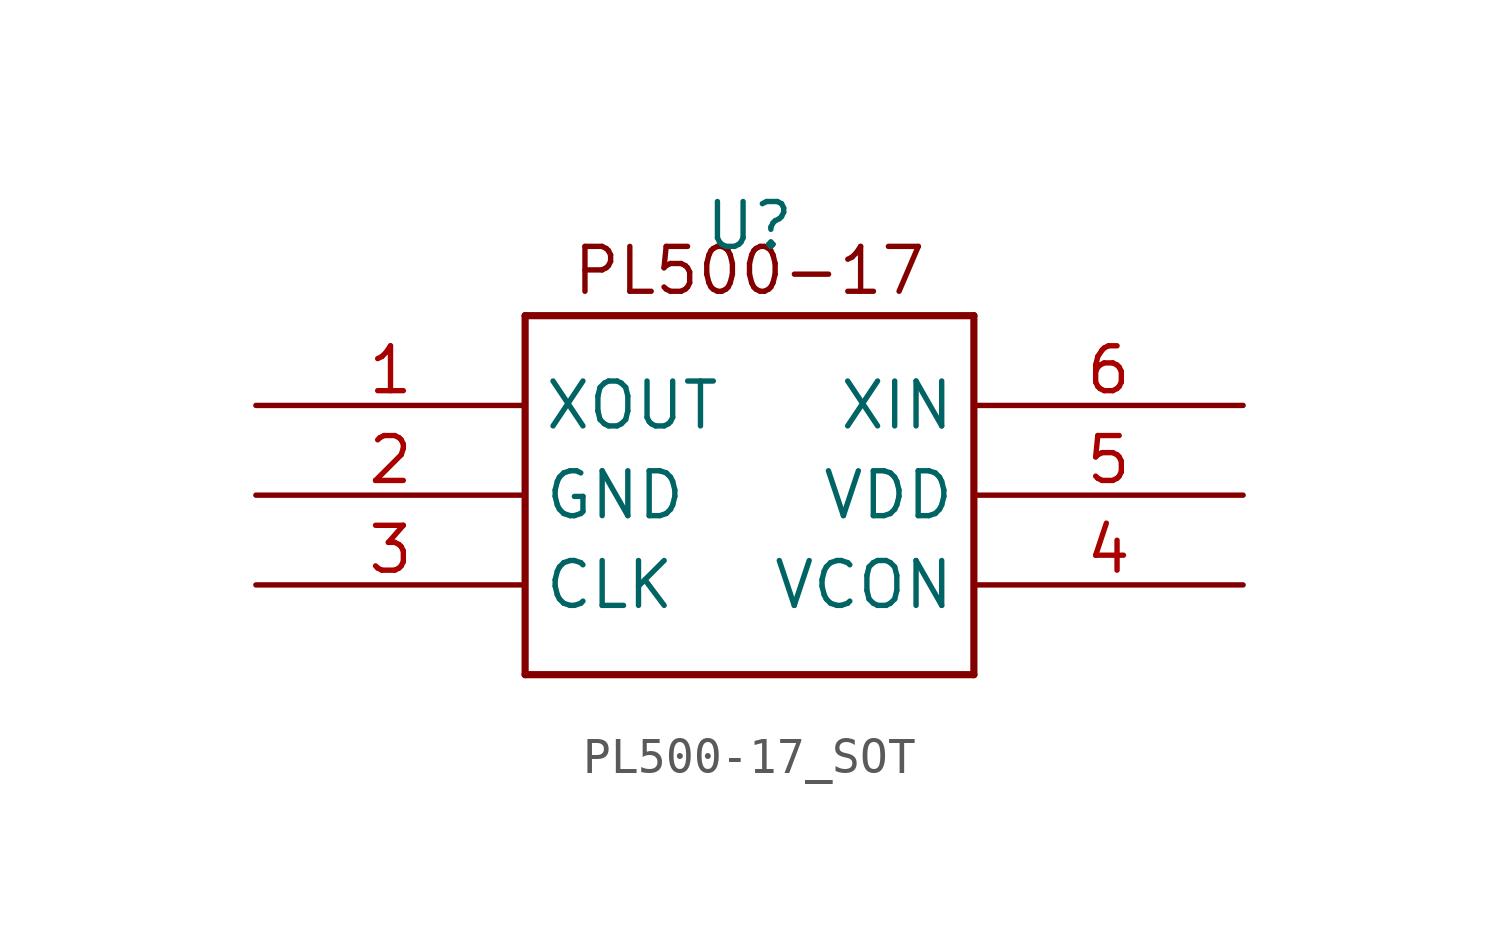
<source format=kicad_sym>
(kicad_symbol_lib
  (version 20231120)
  (generator "kicad_symbol_editor")
  (generator_version "8.0")
  (symbol "PL500-17_SOT"
    (property "Reference" "U"
      (at 0 2.54 0)
      (effects (font (size 1.27 1.27))))
    (property "Value" ""
      (at 0 0 0)
      (effects (font (size 1.27 1.27))))
    (symbol "PL500-17_SOT_0_1"
      (polyline (pts (xy -6.35 -10.16) (xy -6.35 0)) (stroke (width 0.203) (type default)) (fill (type none)))
      (polyline (pts (xy -6.35 -10.16) (xy 6.35 -10.16)) (stroke (width 0.203) (type default)) (fill (type none)))
      (polyline (pts (xy 6.35 -10.16) (xy 6.35 0)) (stroke (width 0.203) (type default)) (fill (type none)))
      (polyline (pts (xy 6.35 0) (xy -6.35 0)) (stroke (width 0.203) (type default)) (fill (type none))))
    (symbol "PL500-17_SOT_1_1"
      (text "PL500-17" (at 0 1.27 0) (effects (font (size 1.27 1.27))))
      (pin output line (at -13.97 -2.54 0) (length 7.62) (name "XOUT" (effects (font (size 1.27 1.27)))) (number "1" (effects (font (size 1.27 1.27)))))
      (pin power_out line (at -13.97 -5.08 0) (length 7.62) (name "GND" (effects (font (size 1.27 1.27)))) (number "2" (effects (font (size 1.27 1.27)))))
      (pin output line (at -13.97 -7.62 0) (length 7.62) (name "CLK" (effects (font (size 1.27 1.27)))) (number "3" (effects (font (size 1.27 1.27)))))
      (pin input line (at 13.97 -7.62 180) (length 7.62) (name "VCON" (effects (font (size 1.27 1.27)))) (number "4" (effects (font (size 1.27 1.27)))))
      (pin power_in line (at 13.97 -5.08 180) (length 7.62) (name "VDD" (effects (font (size 1.27 1.27)))) (number "5" (effects (font (size 1.27 1.27)))))
      (pin input line (at 13.97 -2.54 180) (length 7.62) (name "XIN" (effects (font (size 1.27 1.27)))) (number "6" (effects (font (size 1.27 1.27))))))))
</source>
